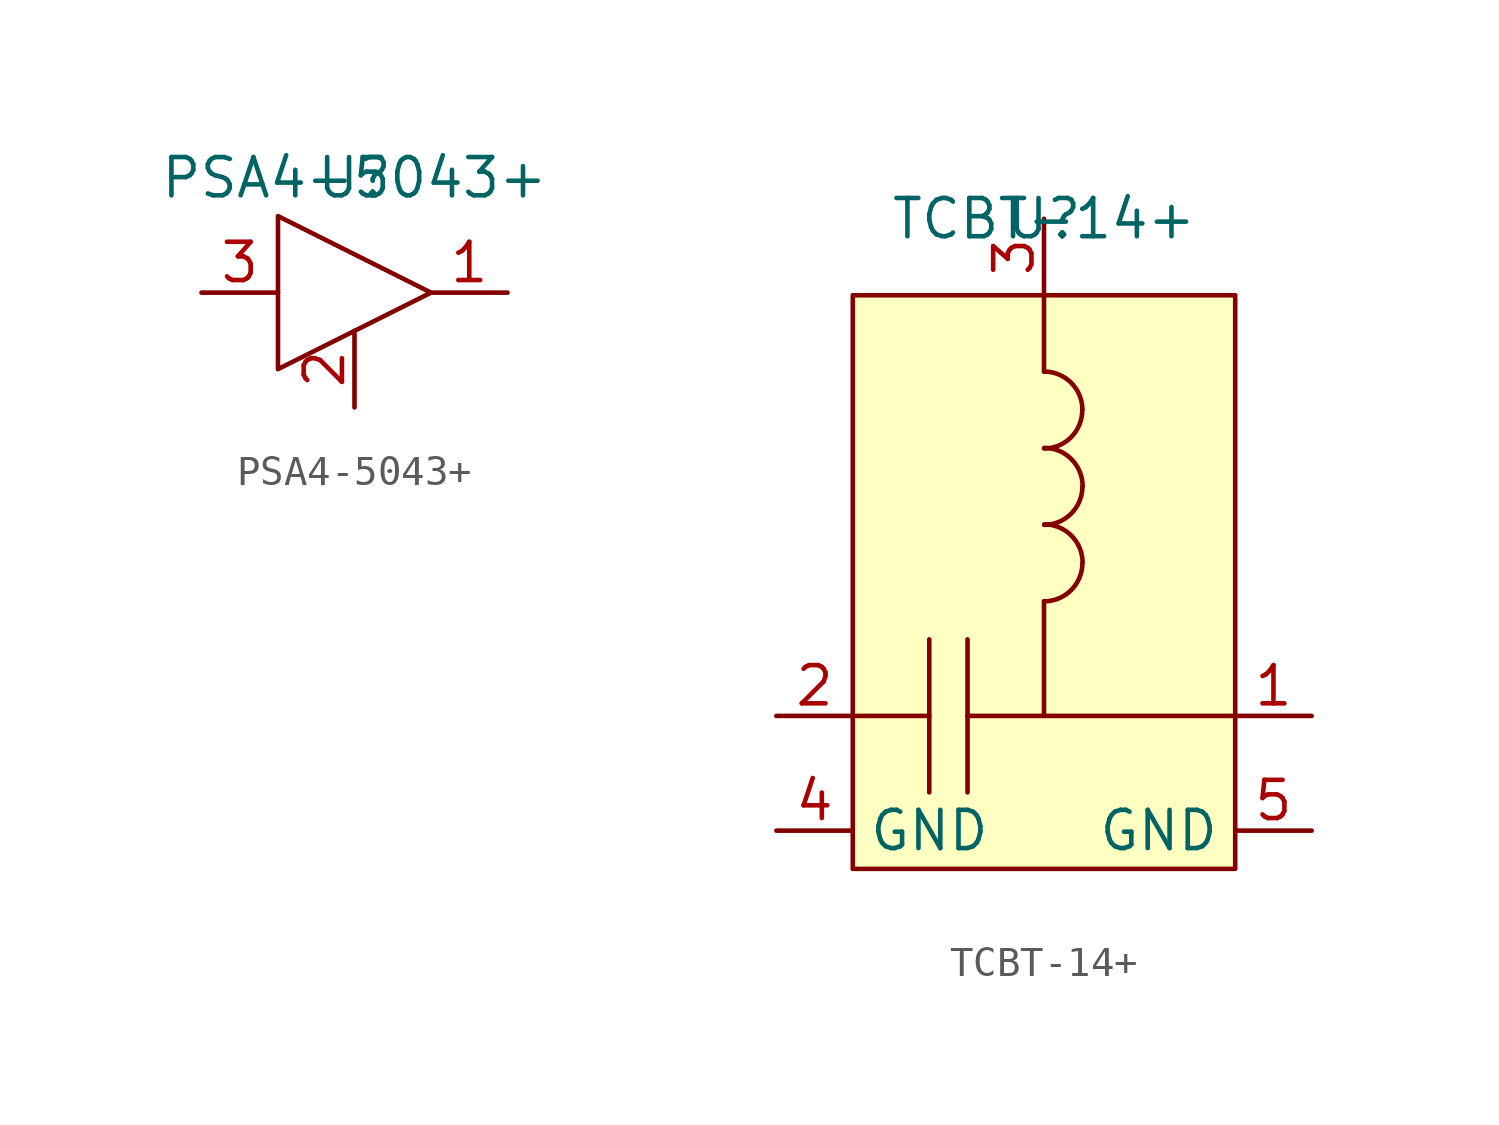
<source format=kicad_sym>
(kicad_symbol_lib
  (version 20211014)
  (generator kicad_symbol_editor)
  (symbol "PSA4-5043+"
    (pin_names hide)
    (property "Reference" "U"
      (at 0 0 0)
      (effects (font (size 1.27 1.27))))
    (property "Value" "PSA4-5043+"
      (at 0 0 0)
      (effects (font (size 1.27 1.27))))
    (symbol "PSA4-5043+_0_1"
      (polyline (pts (xy -2.54 -6.35) (xy -2.54 -1.27) (xy 2.54 -3.81) (xy -2.54 -6.35)) (stroke (width 0) (type default) (color 0 0 0 0)) (fill (type none))))
    (symbol "PSA4-5043+_1_1"
      (pin input line (at 5.08 -3.81 180) (length 2.54) (name "RF-OUT_and_DC-IN" (effects (font (size 1.27 1.27)))) (number "1" (effects (font (size 1.27 1.27)))))
      (pin input line (at 0 -7.62 90) (length 2.54) (name "GND" (effects (font (size 1.27 1.27)))) (number "2" (effects (font (size 1.27 1.27)))))
      (pin input line (at -5.08 -3.81 0) (length 2.54) (name "RF-IN" (effects (font (size 1.27 1.27)))) (number "3" (effects (font (size 1.27 1.27)))))
      (pin input line (at 0 -7.62 90) (length 2.54) hide (name "GND" (effects (font (size 1.27 1.27)))) (number "4" (effects (font (size 1.27 1.27)))))))
  (symbol "TCBT-14+"
    (property "Reference" "U"
      (at 0 0 0)
      (effects (font (size 1.27 1.27))))
    (property "Value" "TCBT-14+"
      (at 0 0 0)
      (effects (font (size 1.27 1.27))))
    (symbol "TCBT-14+_0_1"
      (rectangle (start -6.35 -2.54) (end 6.35 -21.59) (stroke (width 0) (type default) (color 0 0 0 0)) (fill (type background)))
      (arc (start 0 -7.6316) (mid 0.8963 -7.2579) (end 1.27 -6.3616) (stroke (width 0) (type default) (color 0 0 0 0)) (fill (type none)))
      (polyline (pts (xy -3.81 -16.51) (xy -6.35 -16.51)) (stroke (width 0) (type default) (color 0 0 0 0)) (fill (type none)))
      (polyline (pts (xy -3.81 -13.97) (xy -3.81 -19.05)) (stroke (width 0) (type default) (color 0 0 0 0)) (fill (type none)))
      (polyline (pts (xy -2.54 -13.97) (xy -2.54 -19.05)) (stroke (width 0) (type default) (color 0 0 0 0)) (fill (type none)))
      (polyline (pts (xy 0 -16.51) (xy -2.54 -16.51)) (stroke (width 0) (type default) (color 0 0 0 0)) (fill (type none)))
      (polyline (pts (xy 0 -5.08) (xy 0 -2.54)) (stroke (width 0) (type default) (color 0 0 0 0)) (fill (type none)))
      (polyline (pts (xy 0 -12.7) (xy 0 -16.51) (xy 6.35 -16.51)) (stroke (width 0) (type default) (color 0 0 0 0)) (fill (type none)))
      (arc (start 0.0059 -12.7059) (mid 0.9022 -12.3322) (end 1.2759 -11.4359) (stroke (width 0) (type default) (color 0 0 0 0)) (fill (type none)))
      (arc (start 0.0059 -10.1659) (mid 0.9022 -9.7922) (end 1.2759 -8.8959) (stroke (width 0) (type default) (color 0 0 0 0)) (fill (type none)))
      (arc (start 1.2759 -6.3441) (mid 0.9022 -5.4478) (end 0.0059 -5.0741) (stroke (width 0) (type default) (color 0 0 0 0)) (fill (type none)))
      (arc (start 1.2818 -11.4184) (mid 0.9081 -10.5221) (end 0.0118 -10.1484) (stroke (width 0) (type default) (color 0 0 0 0)) (fill (type none)))
      (arc (start 1.2818 -8.8784) (mid 0.9081 -7.9821) (end 0.0118 -7.6084) (stroke (width 0) (type default) (color 0 0 0 0)) (fill (type none))))
    (symbol "TCBT-14+_1_1"
      (pin unspecified line (at 8.89 -16.51 180) (length 2.54) (name "" (effects (font (size 1.27 1.27)))) (number "1" (effects (font (size 1.27 1.27)))))
      (pin unspecified line (at -8.89 -16.51 0) (length 2.54) (name "" (effects (font (size 1.27 1.27)))) (number "2" (effects (font (size 1.27 1.27)))))
      (pin unspecified line (at 0 0 270) (length 2.54) (name "" (effects (font (size 1.27 1.27)))) (number "3" (effects (font (size 1.27 1.27)))))
      (pin unspecified line (at -8.89 -20.32 0) (length 2.54) (name "GND" (effects (font (size 1.27 1.27)))) (number "4" (effects (font (size 1.27 1.27)))))
      (pin unspecified line (at 8.89 -20.32 180) (length 2.54) (name "GND" (effects (font (size 1.27 1.27)))) (number "5" (effects (font (size 1.27 1.27))))))))
</source>
